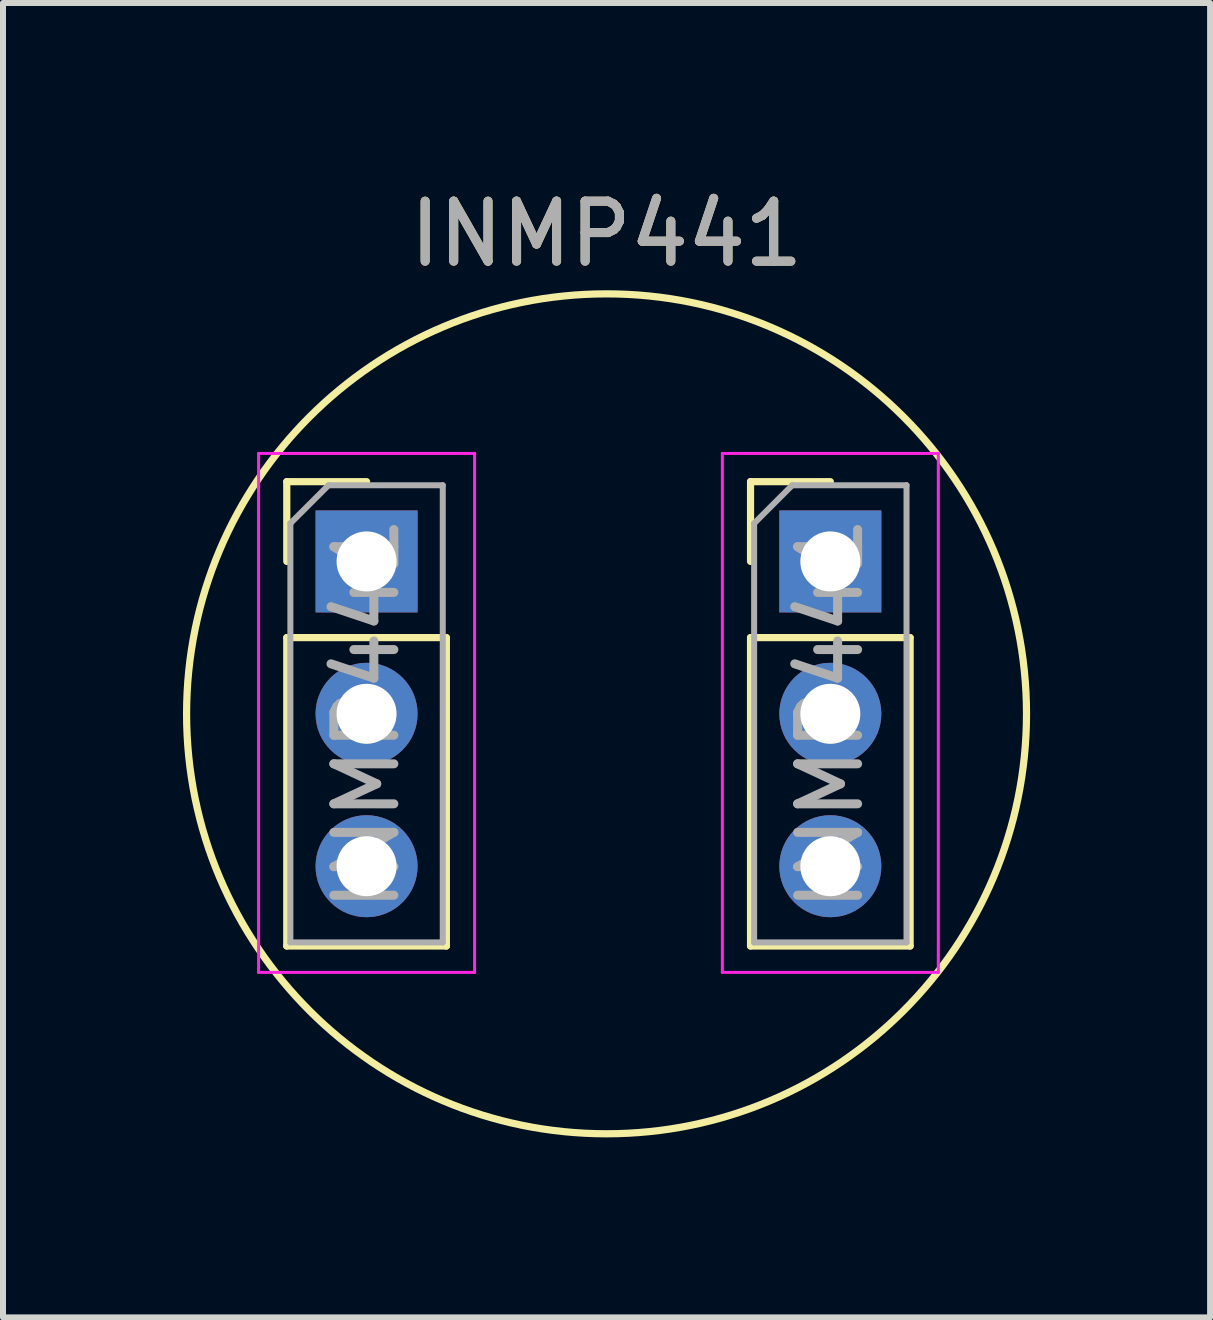
<source format=kicad_pcb>
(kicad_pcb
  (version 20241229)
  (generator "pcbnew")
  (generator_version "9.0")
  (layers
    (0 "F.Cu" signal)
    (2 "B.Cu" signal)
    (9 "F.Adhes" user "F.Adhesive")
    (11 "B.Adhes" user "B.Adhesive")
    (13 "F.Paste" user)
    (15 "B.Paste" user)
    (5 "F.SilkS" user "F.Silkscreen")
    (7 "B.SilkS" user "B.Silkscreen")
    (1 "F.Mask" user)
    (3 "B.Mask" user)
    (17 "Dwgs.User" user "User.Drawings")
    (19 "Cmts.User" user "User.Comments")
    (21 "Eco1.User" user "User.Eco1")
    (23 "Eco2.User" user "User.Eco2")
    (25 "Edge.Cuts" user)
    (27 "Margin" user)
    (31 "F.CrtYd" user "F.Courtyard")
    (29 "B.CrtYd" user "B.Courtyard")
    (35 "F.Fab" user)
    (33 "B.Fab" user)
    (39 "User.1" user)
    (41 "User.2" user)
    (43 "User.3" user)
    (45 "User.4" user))
  (footprint "INMP441"
    (layer "F.Cu")
    (at 7.06 8.848)
    (property "Reference" "INMP441" (at 0 -8 0) (unlocked yes) (layer "F.SilkS") (effects (font (size 1 1) (thickness 0.15))))
    (attr through_hole)
    (fp_line (start -5.33 -3.87) (end -4 -3.87) (stroke (width 0.12) (type solid)) (layer "F.SilkS"))
    (fp_line (start -5.33 -2.54) (end -5.33 -3.87) (stroke (width 0.12) (type solid)) (layer "F.SilkS"))
    (fp_line (start -5.33 -1.27) (end -5.33 3.87) (stroke (width 0.12) (type solid)) (layer "F.SilkS"))
    (fp_line (start -5.33 -1.27) (end -2.67 -1.27) (stroke (width 0.12) (type solid)) (layer "F.SilkS"))
    (fp_line (start -5.33 3.87) (end -2.67 3.87) (stroke (width 0.12) (type solid)) (layer "F.SilkS"))
    (fp_line (start -2.67 -1.27) (end -2.67 3.87) (stroke (width 0.12) (type solid)) (layer "F.SilkS"))
    (fp_line (start 2.4 -3.87) (end 3.73 -3.87) (stroke (width 0.12) (type solid)) (layer "F.SilkS"))
    (fp_line (start 2.4 -2.54) (end 2.4 -3.87) (stroke (width 0.12) (type solid)) (layer "F.SilkS"))
    (fp_line (start 2.4 -1.27) (end 2.4 3.87) (stroke (width 0.12) (type solid)) (layer "F.SilkS"))
    (fp_line (start 2.4 -1.27) (end 5.06 -1.27) (stroke (width 0.12) (type solid)) (layer "F.SilkS"))
    (fp_line (start 2.4 3.87) (end 5.06 3.87) (stroke (width 0.12) (type solid)) (layer "F.SilkS"))
    (fp_line (start 5.06 -1.27) (end 5.06 3.87) (stroke (width 0.12) (type solid)) (layer "F.SilkS"))
    (fp_circle (center 0 0) (end 7 0) (stroke (width 0.12) (type solid)) (fill no) (layer "F.SilkS"))
    (fp_line (start -5.8 -4.34) (end -5.8 4.31) (stroke (width 0.05) (type solid)) (layer "F.CrtYd"))
    (fp_line (start -5.8 4.31) (end -2.2 4.31) (stroke (width 0.05) (type solid)) (layer "F.CrtYd"))
    (fp_line (start -2.2 -4.34) (end -5.8 -4.34) (stroke (width 0.05) (type solid)) (layer "F.CrtYd"))
    (fp_line (start -2.2 4.31) (end -2.2 -4.34) (stroke (width 0.05) (type solid)) (layer "F.CrtYd"))
    (fp_line (start 1.93 -4.34) (end 1.93 4.31) (stroke (width 0.05) (type solid)) (layer "F.CrtYd"))
    (fp_line (start 1.93 4.31) (end 5.53 4.31) (stroke (width 0.05) (type solid)) (layer "F.CrtYd"))
    (fp_line (start 5.53 -4.34) (end 1.93 -4.34) (stroke (width 0.05) (type solid)) (layer "F.CrtYd"))
    (fp_line (start 5.53 4.31) (end 5.53 -4.34) (stroke (width 0.05) (type solid)) (layer "F.CrtYd"))
    (fp_line (start -5.27 -3.175) (end -4.635 -3.81) (stroke (width 0.1) (type solid)) (layer "F.Fab"))
    (fp_line (start -5.27 3.81) (end -5.27 -3.175) (stroke (width 0.1) (type solid)) (layer "F.Fab"))
    (fp_line (start -4.635 -3.81) (end -2.73 -3.81) (stroke (width 0.1) (type solid)) (layer "F.Fab"))
    (fp_line (start -2.73 -3.81) (end -2.73 3.81) (stroke (width 0.1) (type solid)) (layer "F.Fab"))
    (fp_line (start -2.73 3.81) (end -5.27 3.81) (stroke (width 0.1) (type solid)) (layer "F.Fab"))
    (fp_line (start 2.46 -3.175) (end 3.095 -3.81) (stroke (width 0.1) (type solid)) (layer "F.Fab"))
    (fp_line (start 2.46 3.81) (end 2.46 -3.175) (stroke (width 0.1) (type solid)) (layer "F.Fab"))
    (fp_line (start 3.095 -3.81) (end 5 -3.81) (stroke (width 0.1) (type solid)) (layer "F.Fab"))
    (fp_line (start 5 -3.81) (end 5 3.81) (stroke (width 0.1) (type solid)) (layer "F.Fab"))
    (fp_line (start 5 3.81) (end 2.46 3.81) (stroke (width 0.1) (type solid)) (layer "F.Fab"))
    (fp_text user "${REFERENCE}" (at 3.73 0 90) (layer "F.Fab") (effects (font (size 1 1) (thickness 0.15))))
    (fp_text user "${REFERENCE}" (at 0 -8 0) (unlocked yes) (layer "F.Fab") (effects (font (size 1 1) (thickness 0.15))))
    (fp_text user "${REFERENCE}" (at -4 0 90) (layer "F.Fab") (effects (font (size 1 1) (thickness 0.15))))
    (pad "1" thru_hole rect (at 3.73 -2.54) (size 1.7 1.7) (drill 1) (layers "*.Cu" "*.Mask"))
    (pad "2" thru_hole oval (at 3.73 0) (size 1.7 1.7) (drill 1) (layers "*.Cu" "*.Mask"))
    (pad "3" thru_hole oval (at 3.73 2.54) (size 1.7 1.7) (drill 1) (layers "*.Cu" "*.Mask"))
    (pad "4" thru_hole oval (at -4 2.54) (size 1.7 1.7) (drill 1) (layers "*.Cu" "*.Mask"))
    (pad "5" thru_hole oval (at -4 0) (size 1.7 1.7) (drill 1) (layers "*.Cu" "*.Mask"))
    (pad "6" thru_hole rect (at -4 -2.54) (size 1.7 1.7) (drill 1) (layers "*.Cu" "*.Mask")))
  (gr_rect
    (start -3 -3)
    (end 17.12 18.908)
    (stroke (width 0.1) (type default))
    (fill no)
    (layer "Edge.Cuts")))
</source>
